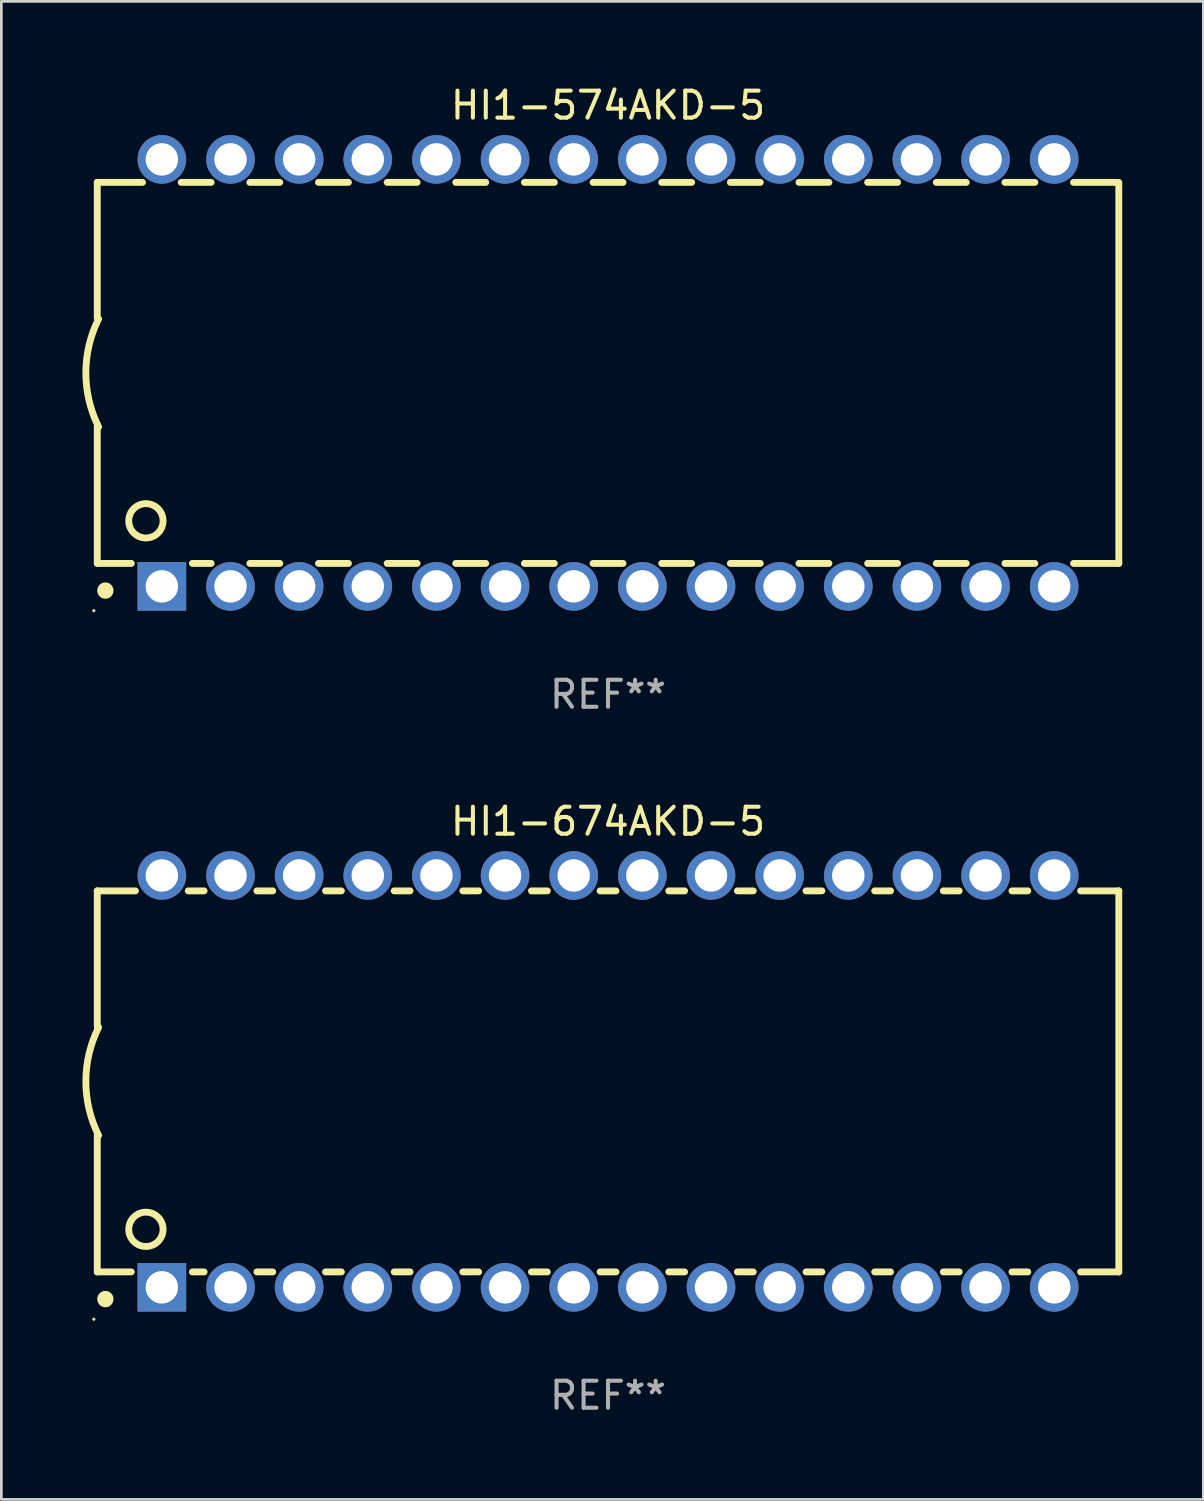
<source format=kicad_pcb>
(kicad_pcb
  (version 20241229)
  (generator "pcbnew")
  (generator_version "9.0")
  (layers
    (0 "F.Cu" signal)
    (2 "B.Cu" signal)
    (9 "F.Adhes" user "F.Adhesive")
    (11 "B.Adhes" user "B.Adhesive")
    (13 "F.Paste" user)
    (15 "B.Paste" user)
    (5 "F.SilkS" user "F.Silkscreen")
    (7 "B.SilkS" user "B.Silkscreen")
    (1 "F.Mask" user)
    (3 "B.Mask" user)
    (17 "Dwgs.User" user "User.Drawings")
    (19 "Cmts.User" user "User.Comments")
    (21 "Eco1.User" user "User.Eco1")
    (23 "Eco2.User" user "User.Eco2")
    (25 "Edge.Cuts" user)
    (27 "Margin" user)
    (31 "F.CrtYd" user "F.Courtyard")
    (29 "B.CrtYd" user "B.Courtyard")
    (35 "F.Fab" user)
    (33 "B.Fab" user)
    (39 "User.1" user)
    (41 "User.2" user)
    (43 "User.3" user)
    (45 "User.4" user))
  (footprint "HI1-574AKD-5"
    (layer "F.Cu")
    (at 19.449 10.748)
    (property "Reference" "HI1-574AKD-5" (at 0 -9.9 0) (layer "F.SilkS") (effects (font (size 1 1) (thickness 0.15))))
    (attr through_hole)
    (fp_line (start -18.9 -7.05) (end -18.9 -2.026) (stroke (width 0.254) (type solid)) (layer "F.SilkS"))
    (fp_line (start -18.9 -7.05) (end -17.226 -7.05) (stroke (width 0.254) (type solid)) (layer "F.SilkS"))
    (fp_line (start -18.9 1.974) (end -18.9 7.05) (stroke (width 0.254) (type solid)) (layer "F.SilkS"))
    (fp_line (start -18.9 7.05) (end -17.64 7.05) (stroke (width 0.254) (type solid)) (layer "F.SilkS"))
    (fp_line (start -15.794 -7.05) (end -14.686 -7.05) (stroke (width 0.254) (type solid)) (layer "F.SilkS"))
    (fp_line (start -15.38 7.05) (end -14.686 7.05) (stroke (width 0.254) (type solid)) (layer "F.SilkS"))
    (fp_line (start -13.254 7.05) (end -12.146 7.05) (stroke (width 0.254) (type solid)) (layer "F.SilkS"))
    (fp_line (start -13.254 -7.05) (end -12.146 -7.05) (stroke (width 0.254) (type solid)) (layer "F.SilkS"))
    (fp_line (start -10.714 -7.05) (end -9.606 -7.05) (stroke (width 0.254) (type solid)) (layer "F.SilkS"))
    (fp_line (start -10.714 7.05) (end -9.606 7.05) (stroke (width 0.254) (type solid)) (layer "F.SilkS"))
    (fp_line (start -8.174 -7.05) (end -7.066 -7.05) (stroke (width 0.254) (type solid)) (layer "F.SilkS"))
    (fp_line (start -8.174 7.05) (end -7.066 7.05) (stroke (width 0.254) (type solid)) (layer "F.SilkS"))
    (fp_line (start -5.634 -7.05) (end -4.526 -7.05) (stroke (width 0.254) (type solid)) (layer "F.SilkS"))
    (fp_line (start -5.634 7.05) (end -4.526 7.05) (stroke (width 0.254) (type solid)) (layer "F.SilkS"))
    (fp_line (start -3.094 -7.05) (end -1.986 -7.05) (stroke (width 0.254) (type solid)) (layer "F.SilkS"))
    (fp_line (start -3.094 7.05) (end -1.986 7.05) (stroke (width 0.254) (type solid)) (layer "F.SilkS"))
    (fp_line (start -0.554 -7.05) (end 0.554 -7.05) (stroke (width 0.254) (type solid)) (layer "F.SilkS"))
    (fp_line (start -0.554 7.05) (end 0.554 7.05) (stroke (width 0.254) (type solid)) (layer "F.SilkS"))
    (fp_line (start 1.986 -7.05) (end 3.094 -7.05) (stroke (width 0.254) (type solid)) (layer "F.SilkS"))
    (fp_line (start 1.986 7.05) (end 3.094 7.05) (stroke (width 0.254) (type solid)) (layer "F.SilkS"))
    (fp_line (start 4.526 -7.05) (end 5.634 -7.05) (stroke (width 0.254) (type solid)) (layer "F.SilkS"))
    (fp_line (start 4.526 7.05) (end 5.634 7.05) (stroke (width 0.254) (type solid)) (layer "F.SilkS"))
    (fp_line (start 7.066 -7.05) (end 8.174 -7.05) (stroke (width 0.254) (type solid)) (layer "F.SilkS"))
    (fp_line (start 7.066 7.05) (end 8.174 7.05) (stroke (width 0.254) (type solid)) (layer "F.SilkS"))
    (fp_line (start 9.606 -7.05) (end 10.714 -7.05) (stroke (width 0.254) (type solid)) (layer "F.SilkS"))
    (fp_line (start 9.606 7.05) (end 10.714 7.05) (stroke (width 0.254) (type solid)) (layer "F.SilkS"))
    (fp_line (start 12.146 -7.05) (end 13.254 -7.05) (stroke (width 0.254) (type solid)) (layer "F.SilkS"))
    (fp_line (start 12.146 7.05) (end 13.254 7.05) (stroke (width 0.254) (type solid)) (layer "F.SilkS"))
    (fp_line (start 14.686 -7.05) (end 15.794 -7.05) (stroke (width 0.254) (type solid)) (layer "F.SilkS"))
    (fp_line (start 14.686 7.05) (end 15.794 7.05) (stroke (width 0.254) (type solid)) (layer "F.SilkS"))
    (fp_line (start 17.226 -7.05) (end 18.8 -7.05) (stroke (width 0.254) (type solid)) (layer "F.SilkS"))
    (fp_line (start 17.226 7.05) (end 18.9 7.05) (stroke (width 0.254) (type solid)) (layer "F.SilkS"))
    (fp_line (start 18.9 7.05) (end 18.9 -7.05) (stroke (width 0.254) (type solid)) (layer "F.SilkS"))
    (fp_arc (start -18.849987 1.999975) (mid -19.322123 -0.000025) (end -18.849987 -2.000025) (stroke (width 0.254001) (type solid)) (layer "F.SilkS"))
    (fp_arc (start -18.599924 8.057734) (mid -18.599935 8.055207) (end -18.599924 8.052679) (stroke (width 0.6) (type solid)) (layer "F.SilkS"))
    (fp_circle (center -19.027 8.8) (end -18.997 8.8) (stroke (width 0.06) (type solid)) (fill no) (layer "F.SilkS"))
    (fp_circle (center -17.1 5.474) (end -16.465 5.474) (stroke (width 0.254) (type solid)) (fill no) (layer "F.SilkS"))
    (fp_text user "REF**" (at 0 11.9 0) (layer "F.Fab") (effects (font (size 1 1) (thickness 0.15))))
    (pad "1" thru_hole rect (at -16.51 7.9) (size 1.8 1.8) (drill 1.2) (layers "*.Cu" "*.Mask"))
    (pad "2" thru_hole circle (at -13.97 7.9) (size 1.8 1.8) (drill 1.2) (layers "*.Cu" "*.Mask"))
    (pad "3" thru_hole circle (at -11.43 7.9) (size 1.8 1.8) (drill 1.2) (layers "*.Cu" "*.Mask"))
    (pad "4" thru_hole circle (at -8.89 7.9) (size 1.8 1.8) (drill 1.2) (layers "*.Cu" "*.Mask"))
    (pad "5" thru_hole circle (at -6.35 7.9) (size 1.8 1.8) (drill 1.2) (layers "*.Cu" "*.Mask"))
    (pad "6" thru_hole circle (at -3.81 7.9) (size 1.8 1.8) (drill 1.2) (layers "*.Cu" "*.Mask"))
    (pad "7" thru_hole circle (at -1.27 7.9) (size 1.8 1.8) (drill 1.2) (layers "*.Cu" "*.Mask"))
    (pad "8" thru_hole circle (at 1.27 7.9) (size 1.8 1.8) (drill 1.2) (layers "*.Cu" "*.Mask"))
    (pad "9" thru_hole circle (at 3.81 7.9) (size 1.8 1.8) (drill 1.2) (layers "*.Cu" "*.Mask"))
    (pad "10" thru_hole circle (at 6.35 7.9) (size 1.8 1.8) (drill 1.2) (layers "*.Cu" "*.Mask"))
    (pad "11" thru_hole circle (at 8.89 7.9) (size 1.8 1.8) (drill 1.2) (layers "*.Cu" "*.Mask"))
    (pad "12" thru_hole circle (at 11.43 7.9) (size 1.8 1.8) (drill 1.2) (layers "*.Cu" "*.Mask"))
    (pad "13" thru_hole circle (at 13.97 7.9) (size 1.8 1.8) (drill 1.2) (layers "*.Cu" "*.Mask"))
    (pad "14" thru_hole circle (at 16.51 7.9) (size 1.8 1.8) (drill 1.2) (layers "*.Cu" "*.Mask"))
    (pad "15" thru_hole circle (at 16.51 -7.9) (size 1.8 1.8) (drill 1.2) (layers "*.Cu" "*.Mask"))
    (pad "16" thru_hole circle (at 13.97 -7.9) (size 1.8 1.8) (drill 1.2) (layers "*.Cu" "*.Mask"))
    (pad "17" thru_hole circle (at 11.43 -7.9) (size 1.8 1.8) (drill 1.2) (layers "*.Cu" "*.Mask"))
    (pad "18" thru_hole circle (at 8.89 -7.9) (size 1.8 1.8) (drill 1.2) (layers "*.Cu" "*.Mask"))
    (pad "19" thru_hole circle (at 6.35 -7.9) (size 1.8 1.8) (drill 1.2) (layers "*.Cu" "*.Mask"))
    (pad "20" thru_hole circle (at 3.81 -7.9) (size 1.8 1.8) (drill 1.2) (layers "*.Cu" "*.Mask"))
    (pad "21" thru_hole circle (at 1.27 -7.9) (size 1.8 1.8) (drill 1.2) (layers "*.Cu" "*.Mask"))
    (pad "22" thru_hole circle (at -1.27 -7.9) (size 1.8 1.8) (drill 1.2) (layers "*.Cu" "*.Mask"))
    (pad "23" thru_hole circle (at -3.81 -7.9) (size 1.8 1.8) (drill 1.2) (layers "*.Cu" "*.Mask"))
    (pad "24" thru_hole circle (at -6.35 -7.9) (size 1.8 1.8) (drill 1.2) (layers "*.Cu" "*.Mask"))
    (pad "25" thru_hole circle (at -8.89 -7.9) (size 1.8 1.8) (drill 1.2) (layers "*.Cu" "*.Mask"))
    (pad "26" thru_hole circle (at -11.43 -7.9) (size 1.8 1.8) (drill 1.2) (layers "*.Cu" "*.Mask"))
    (pad "27" thru_hole circle (at -13.97 -7.9) (size 1.8 1.8) (drill 1.2) (layers "*.Cu" "*.Mask"))
    (pad "28" thru_hole circle (at -16.51 -7.9) (size 1.8 1.8) (drill 1.2) (layers "*.Cu" "*.Mask")))
  (footprint "HI1-674AKD-5"
    (layer "F.Cu")
    (at 19.449 36.965)
    (property "Reference" "HI1-674AKD-5" (at 0 -9.62 0) (layer "F.SilkS") (effects (font (size 1 1) (thickness 0.15))))
    (attr through_hole)
    (fp_line (start -18.9 -7.05) (end -18.9 -2.026) (stroke (width 0.254) (type solid)) (layer "F.SilkS"))
    (fp_line (start -18.9 1.974) (end -18.9 7.05) (stroke (width 0.254) (type solid)) (layer "F.SilkS"))
    (fp_line (start -18.9 7.05) (end -17.64 7.05) (stroke (width 0.254) (type solid)) (layer "F.SilkS"))
    (fp_line (start -17.487 -7.05) (end -18.9 -7.05) (stroke (width 0.254) (type solid)) (layer "F.SilkS"))
    (fp_line (start -15.38 7.05) (end -14.947 7.05) (stroke (width 0.254) (type solid)) (layer "F.SilkS"))
    (fp_line (start -14.947 -7.05) (end -15.533 -7.05) (stroke (width 0.254) (type solid)) (layer "F.SilkS"))
    (fp_line (start -12.993 7.05) (end -12.407 7.05) (stroke (width 0.254) (type solid)) (layer "F.SilkS"))
    (fp_line (start -12.407 -7.05) (end -12.993 -7.05) (stroke (width 0.254) (type solid)) (layer "F.SilkS"))
    (fp_line (start -10.453 7.05) (end -9.867 7.05) (stroke (width 0.254) (type solid)) (layer "F.SilkS"))
    (fp_line (start -9.867 -7.05) (end -10.453 -7.05) (stroke (width 0.254) (type solid)) (layer "F.SilkS"))
    (fp_line (start -7.913 7.05) (end -7.327 7.05) (stroke (width 0.254) (type solid)) (layer "F.SilkS"))
    (fp_line (start -7.327 -7.05) (end -7.913 -7.05) (stroke (width 0.254) (type solid)) (layer "F.SilkS"))
    (fp_line (start -5.373 7.05) (end -4.787 7.05) (stroke (width 0.254) (type solid)) (layer "F.SilkS"))
    (fp_line (start -4.787 -7.05) (end -5.373 -7.05) (stroke (width 0.254) (type solid)) (layer "F.SilkS"))
    (fp_line (start -2.833 7.05) (end -2.247 7.05) (stroke (width 0.254) (type solid)) (layer "F.SilkS"))
    (fp_line (start -2.247 -7.05) (end -2.833 -7.05) (stroke (width 0.254) (type solid)) (layer "F.SilkS"))
    (fp_line (start -0.293 7.05) (end 0.293 7.05) (stroke (width 0.254) (type solid)) (layer "F.SilkS"))
    (fp_line (start 0.293 -7.05) (end -0.293 -7.05) (stroke (width 0.254) (type solid)) (layer "F.SilkS"))
    (fp_line (start 2.247 7.05) (end 2.833 7.05) (stroke (width 0.254) (type solid)) (layer "F.SilkS"))
    (fp_line (start 2.833 -7.05) (end 2.247 -7.05) (stroke (width 0.254) (type solid)) (layer "F.SilkS"))
    (fp_line (start 4.787 7.05) (end 5.373 7.05) (stroke (width 0.254) (type solid)) (layer "F.SilkS"))
    (fp_line (start 5.373 -7.05) (end 4.787 -7.05) (stroke (width 0.254) (type solid)) (layer "F.SilkS"))
    (fp_line (start 7.327 7.05) (end 7.913 7.05) (stroke (width 0.254) (type solid)) (layer "F.SilkS"))
    (fp_line (start 7.913 -7.05) (end 7.327 -7.05) (stroke (width 0.254) (type solid)) (layer "F.SilkS"))
    (fp_line (start 9.867 7.05) (end 10.453 7.05) (stroke (width 0.254) (type solid)) (layer "F.SilkS"))
    (fp_line (start 10.453 -7.05) (end 9.867 -7.05) (stroke (width 0.254) (type solid)) (layer "F.SilkS"))
    (fp_line (start 12.407 7.05) (end 12.993 7.05) (stroke (width 0.254) (type solid)) (layer "F.SilkS"))
    (fp_line (start 12.993 -7.05) (end 12.407 -7.05) (stroke (width 0.254) (type solid)) (layer "F.SilkS"))
    (fp_line (start 14.947 7.05) (end 15.533 7.05) (stroke (width 0.254) (type solid)) (layer "F.SilkS"))
    (fp_line (start 15.533 -7.05) (end 14.947 -7.05) (stroke (width 0.254) (type solid)) (layer "F.SilkS"))
    (fp_line (start 17.487 7.05) (end 18.9 7.05) (stroke (width 0.254) (type solid)) (layer "F.SilkS"))
    (fp_line (start 18.9 -7.05) (end 17.487 -7.05) (stroke (width 0.254) (type solid)) (layer "F.SilkS"))
    (fp_line (start 18.9 7.05) (end 18.9 -7.05) (stroke (width 0.254) (type solid)) (layer "F.SilkS"))
    (fp_arc (start -18.849987 1.999975) (mid -19.322123 -0.000025) (end -18.849987 -2.000025) (stroke (width 0.254001) (type solid)) (layer "F.SilkS"))
    (fp_arc (start -18.599924 8.057734) (mid -18.599935 8.055207) (end -18.599924 8.052679) (stroke (width 0.6) (type solid)) (layer "F.SilkS"))
    (fp_circle (center -19.027 8.8) (end -18.997 8.8) (stroke (width 0.06) (type solid)) (fill no) (layer "F.SilkS"))
    (fp_circle (center -17.1 5.474) (end -16.465 5.474) (stroke (width 0.254) (type solid)) (fill no) (layer "F.SilkS"))
    (fp_text user "REF**" (at 0 11.62 0) (layer "F.Fab") (effects (font (size 1 1) (thickness 0.15))))
    (pad "1" thru_hole rect (at -16.51 7.62) (size 1.8 1.8) (drill 1.2) (layers "*.Cu" "*.Mask"))
    (pad "2" thru_hole circle (at -13.97 7.62) (size 1.8 1.8) (drill 1.2) (layers "*.Cu" "*.Mask"))
    (pad "3" thru_hole circle (at -11.43 7.62) (size 1.8 1.8) (drill 1.2) (layers "*.Cu" "*.Mask"))
    (pad "4" thru_hole circle (at -8.89 7.62) (size 1.8 1.8) (drill 1.2) (layers "*.Cu" "*.Mask"))
    (pad "5" thru_hole circle (at -6.35 7.62) (size 1.8 1.8) (drill 1.2) (layers "*.Cu" "*.Mask"))
    (pad "6" thru_hole circle (at -3.81 7.62) (size 1.8 1.8) (drill 1.2) (layers "*.Cu" "*.Mask"))
    (pad "7" thru_hole circle (at -1.27 7.62) (size 1.8 1.8) (drill 1.2) (layers "*.Cu" "*.Mask"))
    (pad "8" thru_hole circle (at 1.27 7.62) (size 1.8 1.8) (drill 1.2) (layers "*.Cu" "*.Mask"))
    (pad "9" thru_hole circle (at 3.81 7.62) (size 1.8 1.8) (drill 1.2) (layers "*.Cu" "*.Mask"))
    (pad "10" thru_hole circle (at 6.35 7.62) (size 1.8 1.8) (drill 1.2) (layers "*.Cu" "*.Mask"))
    (pad "11" thru_hole circle (at 8.89 7.62) (size 1.8 1.8) (drill 1.2) (layers "*.Cu" "*.Mask"))
    (pad "12" thru_hole circle (at 11.43 7.62) (size 1.8 1.8) (drill 1.2) (layers "*.Cu" "*.Mask"))
    (pad "13" thru_hole circle (at 13.97 7.62) (size 1.8 1.8) (drill 1.2) (layers "*.Cu" "*.Mask"))
    (pad "14" thru_hole circle (at 16.51 7.62) (size 1.8 1.8) (drill 1.2) (layers "*.Cu" "*.Mask"))
    (pad "15" thru_hole circle (at 16.51 -7.62) (size 1.8 1.8) (drill 1.2) (layers "*.Cu" "*.Mask"))
    (pad "16" thru_hole circle (at 13.97 -7.62) (size 1.8 1.8) (drill 1.2) (layers "*.Cu" "*.Mask"))
    (pad "17" thru_hole circle (at 11.43 -7.62) (size 1.8 1.8) (drill 1.2) (layers "*.Cu" "*.Mask"))
    (pad "18" thru_hole circle (at 8.89 -7.62) (size 1.8 1.8) (drill 1.2) (layers "*.Cu" "*.Mask"))
    (pad "19" thru_hole circle (at 6.35 -7.62) (size 1.8 1.8) (drill 1.2) (layers "*.Cu" "*.Mask"))
    (pad "20" thru_hole circle (at 3.81 -7.62) (size 1.8 1.8) (drill 1.2) (layers "*.Cu" "*.Mask"))
    (pad "21" thru_hole circle (at 1.27 -7.62) (size 1.8 1.8) (drill 1.2) (layers "*.Cu" "*.Mask"))
    (pad "22" thru_hole circle (at -1.27 -7.62) (size 1.8 1.8) (drill 1.2) (layers "*.Cu" "*.Mask"))
    (pad "23" thru_hole circle (at -3.81 -7.62) (size 1.8 1.8) (drill 1.2) (layers "*.Cu" "*.Mask"))
    (pad "24" thru_hole circle (at -6.35 -7.62) (size 1.8 1.8) (drill 1.2) (layers "*.Cu" "*.Mask"))
    (pad "25" thru_hole circle (at -8.89 -7.62) (size 1.8 1.8) (drill 1.2) (layers "*.Cu" "*.Mask"))
    (pad "26" thru_hole circle (at -11.43 -7.62) (size 1.8 1.8) (drill 1.2) (layers "*.Cu" "*.Mask"))
    (pad "27" thru_hole circle (at -13.97 -7.62) (size 1.8 1.8) (drill 1.2) (layers "*.Cu" "*.Mask"))
    (pad "28" thru_hole circle (at -16.51 -7.62) (size 1.8 1.8) (drill 1.2) (layers "*.Cu" "*.Mask")))
  (gr_rect
    (start -3 -3)
    (end 41.476 52.433)
    (stroke (width 0.1) (type default))
    (fill no)
    (layer "Edge.Cuts")))
</source>
